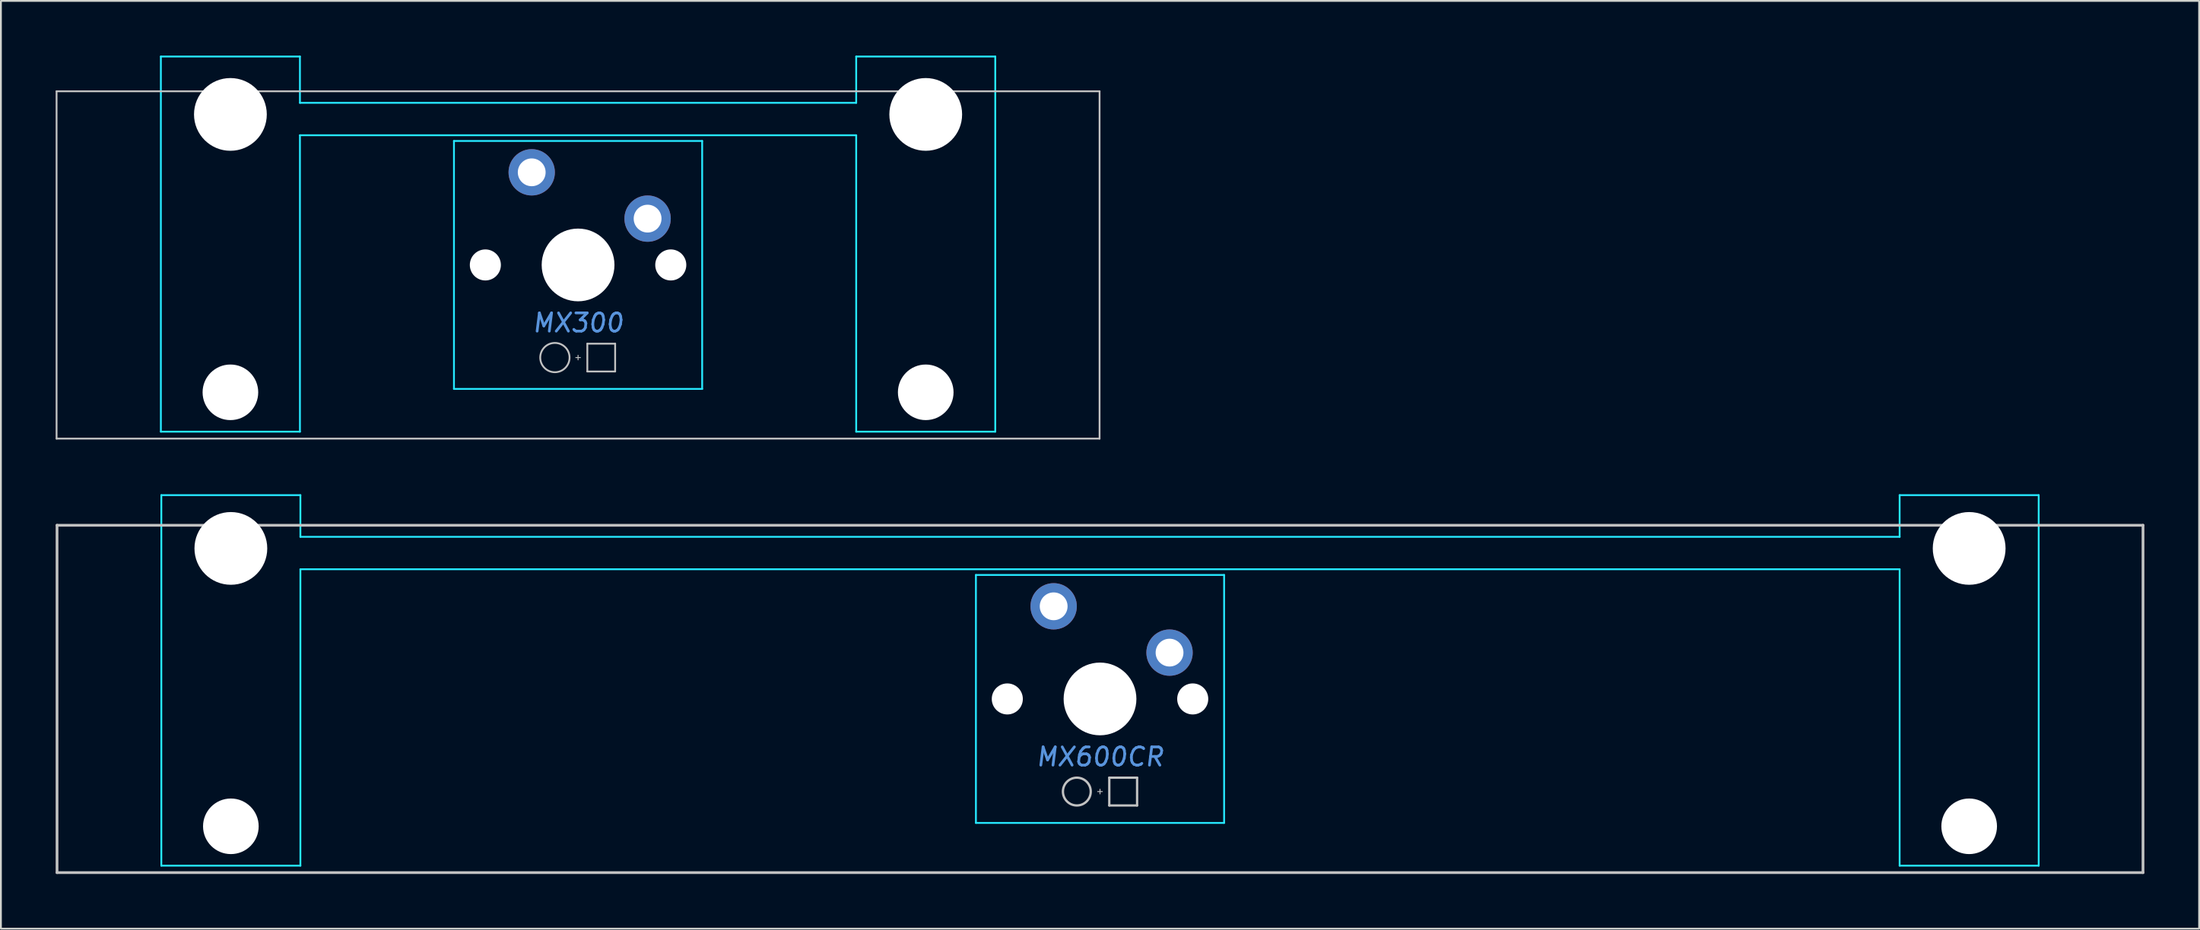
<source format=kicad_pcb>
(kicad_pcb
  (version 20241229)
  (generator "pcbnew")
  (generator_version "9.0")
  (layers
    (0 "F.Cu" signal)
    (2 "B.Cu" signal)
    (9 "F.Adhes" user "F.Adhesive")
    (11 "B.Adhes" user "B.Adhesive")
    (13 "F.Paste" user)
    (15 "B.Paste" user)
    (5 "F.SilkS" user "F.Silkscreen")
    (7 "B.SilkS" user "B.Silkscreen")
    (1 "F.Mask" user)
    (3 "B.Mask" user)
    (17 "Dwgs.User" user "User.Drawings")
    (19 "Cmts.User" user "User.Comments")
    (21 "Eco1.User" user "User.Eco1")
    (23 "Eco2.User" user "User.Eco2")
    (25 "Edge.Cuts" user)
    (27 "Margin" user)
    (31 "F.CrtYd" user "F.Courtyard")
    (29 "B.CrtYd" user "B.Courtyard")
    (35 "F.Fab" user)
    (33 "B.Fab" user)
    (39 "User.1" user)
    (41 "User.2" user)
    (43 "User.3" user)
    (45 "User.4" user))
  (footprint "MX300"
    (layer "F.Cu")
    (at 28.625 11.48)
    (property "Reference" "MX300" (at 0 3.175 0) (layer "Cmts.User") (effects (font (size 1 1) (thickness 0.15) (italic yes))))
    (attr through_hole)
    (fp_line (start -28.575 -9.525) (end -28.575 9.525) (stroke (width 0.1) (type solid)) (layer "Dwgs.User"))
    (fp_line (start -28.575 -9.525) (end 28.575 -9.525) (stroke (width 0.1) (type solid)) (layer "Dwgs.User"))
    (fp_line (start -28.575 9.525) (end 28.575 9.525) (stroke (width 0.1) (type solid)) (layer "Dwgs.User"))
    (fp_line (start -0.127 5.08) (end 0.127 5.08) (stroke (width 0.05) (type solid)) (layer "Dwgs.User"))
    (fp_line (start 0 5.207) (end 0 4.953) (stroke (width 0.05) (type solid)) (layer "Dwgs.User"))
    (fp_line (start 0.508 4.318) (end 0.508 5.842) (stroke (width 0.1) (type solid)) (layer "Dwgs.User"))
    (fp_line (start 0.508 4.318) (end 2.032 4.318) (stroke (width 0.1) (type solid)) (layer "Dwgs.User"))
    (fp_line (start 0.508 5.842) (end 2.032 5.842) (stroke (width 0.1) (type solid)) (layer "Dwgs.User"))
    (fp_line (start 2.032 5.842) (end 2.032 4.318) (stroke (width 0.1) (type solid)) (layer "Dwgs.User"))
    (fp_line (start 28.575 -9.525) (end 28.575 9.525) (stroke (width 0.1) (type solid)) (layer "Dwgs.User"))
    (fp_circle (center -1.27 5.08) (end -0.467 5.08) (stroke (width 0.1) (type solid)) (fill no) (layer "Dwgs.User"))
    (fp_line (start -22.55 -8.515) (end -22.55 5.485) (stroke (width 0.1) (type solid)) (layer "Eco1.User"))
    (fp_line (start -22.05 -9.015) (end -16.05 -9.015) (stroke (width 0.1) (type solid)) (layer "Eco1.User"))
    (fp_line (start -16.05 5.985) (end -22.05 5.985) (stroke (width 0.1) (type solid)) (layer "Eco1.User"))
    (fp_line (start -15.55 5.485) (end -15.55 -8.515) (stroke (width 0.1) (type solid)) (layer "Eco1.User"))
    (fp_line (start -7 -6.5) (end -7 6.5) (stroke (width 0.1) (type solid)) (layer "Eco1.User"))
    (fp_line (start -6.5 7) (end 6.5 7) (stroke (width 0.1) (type solid)) (layer "Eco1.User"))
    (fp_line (start 6.5 -7) (end -6.5 -7) (stroke (width 0.1) (type solid)) (layer "Eco1.User"))
    (fp_line (start 7 6.5) (end 7 -6.5) (stroke (width 0.1) (type solid)) (layer "Eco1.User"))
    (fp_line (start 15.55 -8.515) (end 15.55 5.485) (stroke (width 0.1) (type solid)) (layer "Eco1.User"))
    (fp_line (start 16.05 -9.015) (end 22.05 -9.015) (stroke (width 0.1) (type solid)) (layer "Eco1.User"))
    (fp_line (start 22.05 5.985) (end 16.05 5.985) (stroke (width 0.1) (type solid)) (layer "Eco1.User"))
    (fp_line (start 22.55 5.485) (end 22.55 -8.515) (stroke (width 0.1) (type solid)) (layer "Eco1.User"))
    (fp_arc (start -22.55 -8.515) (mid -22.403553 -8.868553) (end -22.05 -9.015) (stroke (width 0.1) (type solid)) (layer "Eco1.User"))
    (fp_arc (start -22.05 5.985) (mid -22.403553 5.838553) (end -22.55 5.485) (stroke (width 0.1) (type solid)) (layer "Eco1.User"))
    (fp_arc (start -16.05 -9.015) (mid -15.696447 -8.868553) (end -15.55 -8.515) (stroke (width 0.1) (type solid)) (layer "Eco1.User"))
    (fp_arc (start -15.55 5.485) (mid -15.696447 5.838553) (end -16.05 5.985) (stroke (width 0.1) (type solid)) (layer "Eco1.User"))
    (fp_arc (start -7 -6.5) (mid -6.853553 -6.853553) (end -6.5 -7) (stroke (width 0.1) (type solid)) (layer "Eco1.User"))
    (fp_arc (start -6.5 7) (mid -6.853553 6.853553) (end -7 6.5) (stroke (width 0.1) (type solid)) (layer "Eco1.User"))
    (fp_arc (start 6.5 -7) (mid 6.853553 -6.853553) (end 7 -6.5) (stroke (width 0.1) (type solid)) (layer "Eco1.User"))
    (fp_arc (start 7 6.5) (mid 6.853553 6.853553) (end 6.5 7) (stroke (width 0.1) (type solid)) (layer "Eco1.User"))
    (fp_arc (start 15.55 -8.515) (mid 15.696447 -8.868553) (end 16.05 -9.015) (stroke (width 0.1) (type solid)) (layer "Eco1.User"))
    (fp_arc (start 16.05 5.985) (mid 15.696447 5.838553) (end 15.55 5.485) (stroke (width 0.1) (type solid)) (layer "Eco1.User"))
    (fp_arc (start 22.05 -9.015) (mid 22.403553 -8.868553) (end 22.55 -8.515) (stroke (width 0.1) (type solid)) (layer "Eco1.User"))
    (fp_arc (start 22.55 5.485) (mid 22.403553 5.838553) (end 22.05 5.985) (stroke (width 0.1) (type solid)) (layer "Eco1.User"))
    (fp_line (start -22.86 -11.43) (end -15.24 -11.43) (stroke (width 0.1) (type solid)) (layer "B.CrtYd"))
    (fp_line (start -22.86 9.144) (end -22.86 -11.43) (stroke (width 0.1) (type solid)) (layer "B.CrtYd"))
    (fp_line (start -15.24 -11.43) (end -15.24 -8.89) (stroke (width 0.1) (type solid)) (layer "B.CrtYd"))
    (fp_line (start -15.24 9.144) (end -22.86 9.144) (stroke (width 0.1) (type solid)) (layer "B.CrtYd"))
    (fp_line (start -15.24 9.144) (end -15.24 -7.112) (stroke (width 0.1) (type solid)) (layer "B.CrtYd"))
    (fp_line (start -6.8 6.8) (end -6.8 -6.8) (stroke (width 0.1) (type solid)) (layer "B.CrtYd"))
    (fp_line (start 6.8 -6.8) (end -6.8 -6.8) (stroke (width 0.1) (type solid)) (layer "B.CrtYd"))
    (fp_line (start 6.8 6.8) (end -6.8 6.8) (stroke (width 0.1) (type solid)) (layer "B.CrtYd"))
    (fp_line (start 6.8 6.8) (end 6.8 -6.8) (stroke (width 0.1) (type solid)) (layer "B.CrtYd"))
    (fp_line (start 15.24 -11.43) (end 15.24 -8.89) (stroke (width 0.1) (type solid)) (layer "B.CrtYd"))
    (fp_line (start 15.24 -11.43) (end 22.86 -11.43) (stroke (width 0.1) (type solid)) (layer "B.CrtYd"))
    (fp_line (start 15.24 -8.89) (end -15.24 -8.89) (stroke (width 0.1) (type solid)) (layer "B.CrtYd"))
    (fp_line (start 15.24 -7.112) (end -15.24 -7.112) (stroke (width 0.1) (type solid)) (layer "B.CrtYd"))
    (fp_line (start 15.24 9.144) (end 15.24 -7.112) (stroke (width 0.1) (type solid)) (layer "B.CrtYd"))
    (fp_line (start 22.86 -11.43) (end 22.86 9.144) (stroke (width 0.1) (type solid)) (layer "B.CrtYd"))
    (fp_line (start 22.86 9.144) (end 15.24 9.144) (stroke (width 0.1) (type solid)) (layer "B.CrtYd"))
    (pad "" np_thru_hole circle (at -19.05 -8.255 180) (size 3.988 3.988) (drill 3.988) (layers "*.Cu" "*.Mask"))
    (pad "" np_thru_hole circle (at -19.05 6.985 180) (size 3.048 3.048) (drill 3.048) (layers "*.Cu" "*.Mask"))
    (pad "" np_thru_hole circle (at -5.08 0) (size 1.702 1.702) (drill 1.702) (layers "*.Cu" "*.Mask"))
    (pad "" connect circle (at -2.54 -5.08) (size 1.524 1.524) (layers "B.Mask"))
    (pad "" np_thru_hole circle (at 0 0) (size 3.988 3.988) (drill 3.988) (layers "*.Cu" "*.Mask"))
    (pad "" connect circle (at 3.81 -2.54) (size 1.524 1.524) (layers "B.Mask"))
    (pad "" np_thru_hole circle (at 5.08 0) (size 1.702 1.702) (drill 1.702) (layers "*.Cu" "*.Mask"))
    (pad "" np_thru_hole circle (at 19.05 -8.255 180) (size 3.988 3.988) (drill 3.988) (layers "*.Cu" "*.Mask"))
    (pad "" np_thru_hole circle (at 19.05 6.985 180) (size 3.048 3.048) (drill 3.048) (layers "*.Cu" "*.Mask"))
    (pad "1" thru_hole circle (at -2.54 -5.08) (size 2.54 2.54) (drill 1.524) (layers "*.Cu" "F.Mask"))
    (pad "2" thru_hole circle (at 3.81 -2.54) (size 2.54 2.54) (drill 1.524) (layers "*.Cu" "F.Mask")))
  (footprint "MX600CR"
    (layer "F.Cu")
    (at 57.225 35.281)
    (property "Reference" "MX600CR" (at 0 3.175 0) (layer "Cmts.User") (effects (font (size 1 1) (thickness 0.15) (italic yes))))
    (attr through_hole)
    (fp_line (start -57.15 -9.525) (end 57.15 -9.525) (stroke (width 0.15) (type solid)) (layer "Dwgs.User"))
    (fp_line (start -57.15 9.525) (end -57.15 -9.525) (stroke (width 0.15) (type solid)) (layer "Dwgs.User"))
    (fp_line (start -57.15 9.525) (end 57.15 9.525) (stroke (width 0.15) (type solid)) (layer "Dwgs.User"))
    (fp_line (start -0.127 5.08) (end 0.127 5.08) (stroke (width 0.051) (type solid)) (layer "Dwgs.User"))
    (fp_line (start 0 5.207) (end 0 4.953) (stroke (width 0.051) (type solid)) (layer "Dwgs.User"))
    (fp_line (start 0.508 4.318) (end 0.508 5.842) (stroke (width 0.127) (type solid)) (layer "Dwgs.User"))
    (fp_line (start 0.508 4.318) (end 2.032 4.318) (stroke (width 0.127) (type solid)) (layer "Dwgs.User"))
    (fp_line (start 0.508 5.842) (end 2.032 5.842) (stroke (width 0.127) (type solid)) (layer "Dwgs.User"))
    (fp_line (start 2.032 5.842) (end 2.032 4.318) (stroke (width 0.127) (type solid)) (layer "Dwgs.User"))
    (fp_line (start 57.15 -9.525) (end 57.15 9.525) (stroke (width 0.15) (type solid)) (layer "Dwgs.User"))
    (fp_circle (center -1.27 5.08) (end -0.508 5.08) (stroke (width 0.127) (type solid)) (fill no) (layer "Dwgs.User"))
    (fp_line (start -51.125 -8.515) (end -51.125 5.485) (stroke (width 0.1) (type solid)) (layer "Eco1.User"))
    (fp_line (start -50.625 -9.015) (end -44.625 -9.015) (stroke (width 0.1) (type solid)) (layer "Eco1.User"))
    (fp_line (start -44.625 5.985) (end -50.625 5.985) (stroke (width 0.1) (type solid)) (layer "Eco1.User"))
    (fp_line (start -44.125 5.485) (end -44.125 -8.515) (stroke (width 0.1) (type solid)) (layer "Eco1.User"))
    (fp_line (start -7 -6.5) (end -7 6.5) (stroke (width 0.1) (type solid)) (layer "Eco1.User"))
    (fp_line (start -6.5 7) (end 6.5 7) (stroke (width 0.1) (type solid)) (layer "Eco1.User"))
    (fp_line (start 6.5 -7) (end -6.5 -7) (stroke (width 0.1) (type solid)) (layer "Eco1.User"))
    (fp_line (start 7 6.5) (end 7 -6.5) (stroke (width 0.1) (type solid)) (layer "Eco1.User"))
    (fp_line (start 44.125 -8.515) (end 44.125 5.485) (stroke (width 0.1) (type solid)) (layer "Eco1.User"))
    (fp_line (start 44.625 -9.015) (end 50.625 -9.015) (stroke (width 0.1) (type solid)) (layer "Eco1.User"))
    (fp_line (start 50.625 5.985) (end 44.625 5.985) (stroke (width 0.1) (type solid)) (layer "Eco1.User"))
    (fp_line (start 51.125 5.485) (end 51.125 -8.515) (stroke (width 0.1) (type solid)) (layer "Eco1.User"))
    (fp_arc (start -51.125 -8.515) (mid -50.978553 -8.868553) (end -50.625 -9.015) (stroke (width 0.1) (type solid)) (layer "Eco1.User"))
    (fp_arc (start -50.625 5.985) (mid -50.978553 5.838553) (end -51.125 5.485) (stroke (width 0.1) (type solid)) (layer "Eco1.User"))
    (fp_arc (start -44.625 -9.015) (mid -44.271447 -8.868553) (end -44.125 -8.515) (stroke (width 0.1) (type solid)) (layer "Eco1.User"))
    (fp_arc (start -44.125 5.485) (mid -44.271447 5.838553) (end -44.625 5.985) (stroke (width 0.1) (type solid)) (layer "Eco1.User"))
    (fp_arc (start -7 -6.5) (mid -6.853553 -6.853553) (end -6.5 -7) (stroke (width 0.1) (type solid)) (layer "Eco1.User"))
    (fp_arc (start -6.5 7) (mid -6.853553 6.853553) (end -7 6.5) (stroke (width 0.1) (type solid)) (layer "Eco1.User"))
    (fp_arc (start 6.5 -7) (mid 6.853553 -6.853553) (end 7 -6.5) (stroke (width 0.1) (type solid)) (layer "Eco1.User"))
    (fp_arc (start 7 6.5) (mid 6.853553 6.853553) (end 6.5 7) (stroke (width 0.1) (type solid)) (layer "Eco1.User"))
    (fp_arc (start 44.125 -8.515) (mid 44.271447 -8.868553) (end 44.625 -9.015) (stroke (width 0.1) (type solid)) (layer "Eco1.User"))
    (fp_arc (start 44.625 5.985) (mid 44.271447 5.838553) (end 44.125 5.485) (stroke (width 0.1) (type solid)) (layer "Eco1.User"))
    (fp_arc (start 50.625 -9.015) (mid 50.978553 -8.868553) (end 51.125 -8.515) (stroke (width 0.1) (type solid)) (layer "Eco1.User"))
    (fp_arc (start 51.125 5.485) (mid 50.978553 5.838553) (end 50.625 5.985) (stroke (width 0.1) (type solid)) (layer "Eco1.User"))
    (fp_line (start -51.435 9.144) (end -51.435 -11.176) (stroke (width 0.1) (type solid)) (layer "B.CrtYd"))
    (fp_line (start -43.815 -11.176) (end -51.435 -11.176) (stroke (width 0.1) (type solid)) (layer "B.CrtYd"))
    (fp_line (start -43.815 -8.89) (end -43.815 -11.176) (stroke (width 0.1) (type solid)) (layer "B.CrtYd"))
    (fp_line (start -43.815 -7.112) (end -43.815 9.144) (stroke (width 0.1) (type solid)) (layer "B.CrtYd"))
    (fp_line (start -43.815 9.144) (end -51.435 9.144) (stroke (width 0.1) (type solid)) (layer "B.CrtYd"))
    (fp_line (start -6.8 -6.8) (end -6.8 6.8) (stroke (width 0.1) (type solid)) (layer "B.CrtYd"))
    (fp_line (start -6.8 -6.8) (end 6.8 -6.8) (stroke (width 0.1) (type solid)) (layer "B.CrtYd"))
    (fp_line (start -6.8 6.8) (end 6.8 6.8) (stroke (width 0.1) (type solid)) (layer "B.CrtYd"))
    (fp_line (start 6.8 6.8) (end 6.8 -6.8) (stroke (width 0.1) (type solid)) (layer "B.CrtYd"))
    (fp_line (start 43.815 -8.89) (end -43.815 -8.89) (stroke (width 0.1) (type solid)) (layer "B.CrtYd"))
    (fp_line (start 43.815 -8.89) (end 43.815 -11.176) (stroke (width 0.1) (type solid)) (layer "B.CrtYd"))
    (fp_line (start 43.815 -7.112) (end -43.815 -7.112) (stroke (width 0.1) (type solid)) (layer "B.CrtYd"))
    (fp_line (start 43.815 -7.112) (end 43.815 9.144) (stroke (width 0.1) (type solid)) (layer "B.CrtYd"))
    (fp_line (start 51.435 -11.176) (end 43.815 -11.176) (stroke (width 0.1) (type solid)) (layer "B.CrtYd"))
    (fp_line (start 51.435 9.144) (end 43.815 9.144) (stroke (width 0.1) (type solid)) (layer "B.CrtYd"))
    (fp_line (start 51.435 9.144) (end 51.435 -11.176) (stroke (width 0.1) (type solid)) (layer "B.CrtYd"))
    (pad "" np_thru_hole circle (at -47.625 -8.255) (size 3.988 3.988) (drill 3.988) (layers "*.Cu" "*.Mask"))
    (pad "" np_thru_hole circle (at -47.625 6.985) (size 3.048 3.048) (drill 3.048) (layers "*.Cu" "*.Mask"))
    (pad "" np_thru_hole circle (at -5.08 0) (size 1.702 1.702) (drill 1.702) (layers "*.Cu" "*.Mask"))
    (pad "" connect circle (at -2.54 -5.08) (size 1.524 1.524) (layers "B.Mask"))
    (pad "" np_thru_hole circle (at 0 0) (size 3.988 3.988) (drill 3.988) (layers "*.Cu" "*.Mask"))
    (pad "" connect circle (at 3.81 -2.54) (size 1.524 1.524) (layers "B.Mask"))
    (pad "" np_thru_hole circle (at 5.08 0) (size 1.702 1.702) (drill 1.702) (layers "*.Cu" "*.Mask"))
    (pad "" np_thru_hole circle (at 47.625 -8.255) (size 3.988 3.988) (drill 3.988) (layers "*.Cu" "*.Mask"))
    (pad "" np_thru_hole circle (at 47.625 6.985) (size 3.048 3.048) (drill 3.048) (layers "*.Cu" "*.Mask"))
    (pad "1" thru_hole circle (at -2.54 -5.08) (size 2.54 2.54) (drill 1.524) (layers "*.Cu" "F.Mask"))
    (pad "2" thru_hole circle (at 3.81 -2.54) (size 2.54 2.54) (drill 1.524) (layers "*.Cu" "F.Mask")))
  (gr_rect
    (start -3 -3)
    (end 117.45 47.881)
    (stroke (width 0.1) (type default))
    (fill no)
    (layer "Edge.Cuts")))
</source>
